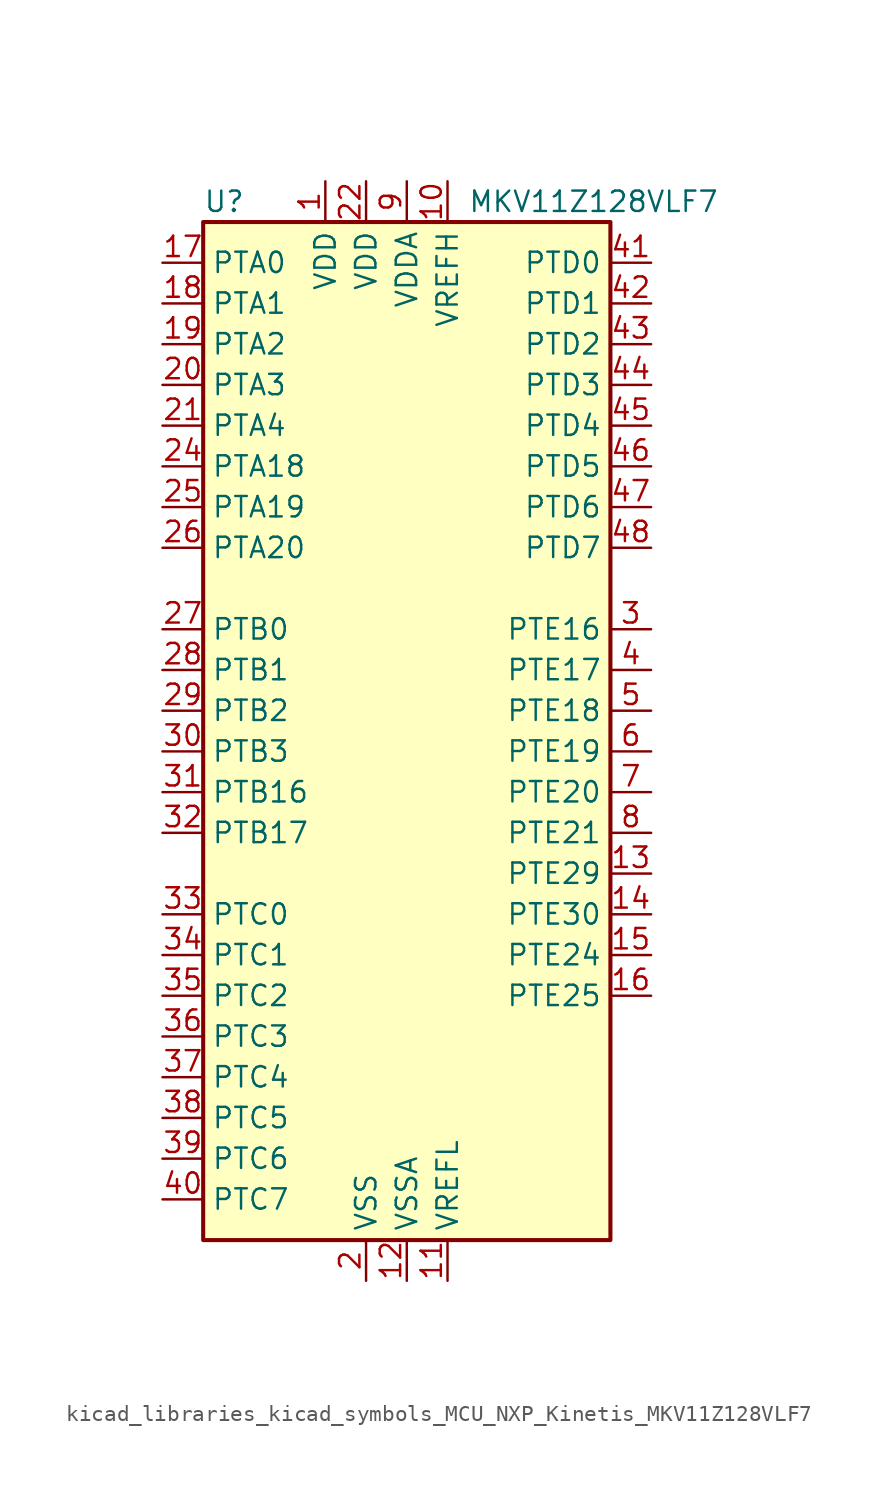
<source format=kicad_sym>
(kicad_symbol_lib
  (version 20220914)
  (generator kicad_symbol_editor)
  (symbol "kicad_libraries_kicad_symbols_MCU_NXP_Kinetis_MKV11Z128VLF7"
    (property "Reference" "U"
      (at -12.7 34.29 0)
      (effects (font (size 1.27 1.27)) (justify left)))
    (property "Value" "MKV11Z128VLF7"
      (at 3.81 34.29 0)
      (effects (font (size 1.27 1.27)) (justify left)))
    (symbol "kicad_libraries_kicad_symbols_MCU_NXP_Kinetis_MKV11Z128VLF7_0_1"
      (rectangle (start -12.7 33.02) (end 12.7 -30.48) (stroke (width 0.254) (type default)) (fill (type background))))
    (symbol "kicad_libraries_kicad_symbols_MCU_NXP_Kinetis_MKV11Z128VLF7_1_1"
      (pin power_in line (at -5.08 35.56 270) (length 2.54) (name "VDD" (effects (font (size 1.27 1.27)))) (number "1" (effects (font (size 1.27 1.27)))))
      (pin power_in line (at 2.54 35.56 270) (length 2.54) (name "VREFH" (effects (font (size 1.27 1.27)))) (number "10" (effects (font (size 1.27 1.27)))))
      (pin power_in line (at 2.54 -33.02 90) (length 2.54) (name "VREFL" (effects (font (size 1.27 1.27)))) (number "11" (effects (font (size 1.27 1.27)))))
      (pin power_in line (at 0 -33.02 90) (length 2.54) (name "VSSA" (effects (font (size 1.27 1.27)))) (number "12" (effects (font (size 1.27 1.27)))))
      (pin bidirectional line (at 15.24 -7.62 180) (length 2.54) (name "PTE29" (effects (font (size 1.27 1.27)))) (number "13" (effects (font (size 1.27 1.27)))))
      (pin bidirectional line (at 15.24 -10.16 180) (length 2.54) (name "PTE30" (effects (font (size 1.27 1.27)))) (number "14" (effects (font (size 1.27 1.27)))))
      (pin bidirectional line (at 15.24 -12.7 180) (length 2.54) (name "PTE24" (effects (font (size 1.27 1.27)))) (number "15" (effects (font (size 1.27 1.27)))))
      (pin bidirectional line (at 15.24 -15.24 180) (length 2.54) (name "PTE25" (effects (font (size 1.27 1.27)))) (number "16" (effects (font (size 1.27 1.27)))))
      (pin bidirectional line (at -15.24 30.48 0) (length 2.54) (name "PTA0" (effects (font (size 1.27 1.27)))) (number "17" (effects (font (size 1.27 1.27)))))
      (pin bidirectional line (at -15.24 27.94 0) (length 2.54) (name "PTA1" (effects (font (size 1.27 1.27)))) (number "18" (effects (font (size 1.27 1.27)))))
      (pin bidirectional line (at -15.24 25.4 0) (length 2.54) (name "PTA2" (effects (font (size 1.27 1.27)))) (number "19" (effects (font (size 1.27 1.27)))))
      (pin power_in line (at -2.54 -33.02 90) (length 2.54) (name "VSS" (effects (font (size 1.27 1.27)))) (number "2" (effects (font (size 1.27 1.27)))))
      (pin bidirectional line (at -15.24 22.86 0) (length 2.54) (name "PTA3" (effects (font (size 1.27 1.27)))) (number "20" (effects (font (size 1.27 1.27)))))
      (pin bidirectional line (at -15.24 20.32 0) (length 2.54) (name "PTA4" (effects (font (size 1.27 1.27)))) (number "21" (effects (font (size 1.27 1.27)))))
      (pin power_in line (at -2.54 35.56 270) (length 2.54) (name "VDD" (effects (font (size 1.27 1.27)))) (number "22" (effects (font (size 1.27 1.27)))))
      (pin passive line (at -2.54 -33.02 90) (length 2.54) hide (name "VSS" (effects (font (size 1.27 1.27)))) (number "23" (effects (font (size 1.27 1.27)))))
      (pin bidirectional line (at -15.24 17.78 0) (length 2.54) (name "PTA18" (effects (font (size 1.27 1.27)))) (number "24" (effects (font (size 1.27 1.27)))))
      (pin bidirectional line (at -15.24 15.24 0) (length 2.54) (name "PTA19" (effects (font (size 1.27 1.27)))) (number "25" (effects (font (size 1.27 1.27)))))
      (pin bidirectional line (at -15.24 12.7 0) (length 2.54) (name "PTA20" (effects (font (size 1.27 1.27)))) (number "26" (effects (font (size 1.27 1.27)))))
      (pin bidirectional line (at -15.24 7.62 0) (length 2.54) (name "PTB0" (effects (font (size 1.27 1.27)))) (number "27" (effects (font (size 1.27 1.27)))))
      (pin bidirectional line (at -15.24 5.08 0) (length 2.54) (name "PTB1" (effects (font (size 1.27 1.27)))) (number "28" (effects (font (size 1.27 1.27)))))
      (pin bidirectional line (at -15.24 2.54 0) (length 2.54) (name "PTB2" (effects (font (size 1.27 1.27)))) (number "29" (effects (font (size 1.27 1.27)))))
      (pin bidirectional line (at 15.24 7.62 180) (length 2.54) (name "PTE16" (effects (font (size 1.27 1.27)))) (number "3" (effects (font (size 1.27 1.27)))))
      (pin bidirectional line (at -15.24 0 0) (length 2.54) (name "PTB3" (effects (font (size 1.27 1.27)))) (number "30" (effects (font (size 1.27 1.27)))))
      (pin bidirectional line (at -15.24 -2.54 0) (length 2.54) (name "PTB16" (effects (font (size 1.27 1.27)))) (number "31" (effects (font (size 1.27 1.27)))))
      (pin bidirectional line (at -15.24 -5.08 0) (length 2.54) (name "PTB17" (effects (font (size 1.27 1.27)))) (number "32" (effects (font (size 1.27 1.27)))))
      (pin bidirectional line (at -15.24 -10.16 0) (length 2.54) (name "PTC0" (effects (font (size 1.27 1.27)))) (number "33" (effects (font (size 1.27 1.27)))))
      (pin bidirectional line (at -15.24 -12.7 0) (length 2.54) (name "PTC1" (effects (font (size 1.27 1.27)))) (number "34" (effects (font (size 1.27 1.27)))))
      (pin bidirectional line (at -15.24 -15.24 0) (length 2.54) (name "PTC2" (effects (font (size 1.27 1.27)))) (number "35" (effects (font (size 1.27 1.27)))))
      (pin bidirectional line (at -15.24 -17.78 0) (length 2.54) (name "PTC3" (effects (font (size 1.27 1.27)))) (number "36" (effects (font (size 1.27 1.27)))))
      (pin bidirectional line (at -15.24 -20.32 0) (length 2.54) (name "PTC4" (effects (font (size 1.27 1.27)))) (number "37" (effects (font (size 1.27 1.27)))))
      (pin bidirectional line (at -15.24 -22.86 0) (length 2.54) (name "PTC5" (effects (font (size 1.27 1.27)))) (number "38" (effects (font (size 1.27 1.27)))))
      (pin bidirectional line (at -15.24 -25.4 0) (length 2.54) (name "PTC6" (effects (font (size 1.27 1.27)))) (number "39" (effects (font (size 1.27 1.27)))))
      (pin bidirectional line (at 15.24 5.08 180) (length 2.54) (name "PTE17" (effects (font (size 1.27 1.27)))) (number "4" (effects (font (size 1.27 1.27)))))
      (pin bidirectional line (at -15.24 -27.94 0) (length 2.54) (name "PTC7" (effects (font (size 1.27 1.27)))) (number "40" (effects (font (size 1.27 1.27)))))
      (pin bidirectional line (at 15.24 30.48 180) (length 2.54) (name "PTD0" (effects (font (size 1.27 1.27)))) (number "41" (effects (font (size 1.27 1.27)))))
      (pin bidirectional line (at 15.24 27.94 180) (length 2.54) (name "PTD1" (effects (font (size 1.27 1.27)))) (number "42" (effects (font (size 1.27 1.27)))))
      (pin bidirectional line (at 15.24 25.4 180) (length 2.54) (name "PTD2" (effects (font (size 1.27 1.27)))) (number "43" (effects (font (size 1.27 1.27)))))
      (pin bidirectional line (at 15.24 22.86 180) (length 2.54) (name "PTD3" (effects (font (size 1.27 1.27)))) (number "44" (effects (font (size 1.27 1.27)))))
      (pin bidirectional line (at 15.24 20.32 180) (length 2.54) (name "PTD4" (effects (font (size 1.27 1.27)))) (number "45" (effects (font (size 1.27 1.27)))))
      (pin bidirectional line (at 15.24 17.78 180) (length 2.54) (name "PTD5" (effects (font (size 1.27 1.27)))) (number "46" (effects (font (size 1.27 1.27)))))
      (pin bidirectional line (at 15.24 15.24 180) (length 2.54) (name "PTD6" (effects (font (size 1.27 1.27)))) (number "47" (effects (font (size 1.27 1.27)))))
      (pin bidirectional line (at 15.24 12.7 180) (length 2.54) (name "PTD7" (effects (font (size 1.27 1.27)))) (number "48" (effects (font (size 1.27 1.27)))))
      (pin bidirectional line (at 15.24 2.54 180) (length 2.54) (name "PTE18" (effects (font (size 1.27 1.27)))) (number "5" (effects (font (size 1.27 1.27)))))
      (pin bidirectional line (at 15.24 0 180) (length 2.54) (name "PTE19" (effects (font (size 1.27 1.27)))) (number "6" (effects (font (size 1.27 1.27)))))
      (pin bidirectional line (at 15.24 -2.54 180) (length 2.54) (name "PTE20" (effects (font (size 1.27 1.27)))) (number "7" (effects (font (size 1.27 1.27)))))
      (pin bidirectional line (at 15.24 -5.08 180) (length 2.54) (name "PTE21" (effects (font (size 1.27 1.27)))) (number "8" (effects (font (size 1.27 1.27)))))
      (pin power_in line (at 0 35.56 270) (length 2.54) (name "VDDA" (effects (font (size 1.27 1.27)))) (number "9" (effects (font (size 1.27 1.27))))))))
</source>
